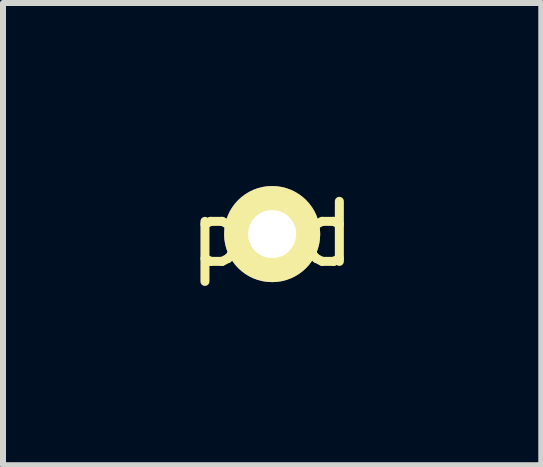
<source format=kicad_pcb>
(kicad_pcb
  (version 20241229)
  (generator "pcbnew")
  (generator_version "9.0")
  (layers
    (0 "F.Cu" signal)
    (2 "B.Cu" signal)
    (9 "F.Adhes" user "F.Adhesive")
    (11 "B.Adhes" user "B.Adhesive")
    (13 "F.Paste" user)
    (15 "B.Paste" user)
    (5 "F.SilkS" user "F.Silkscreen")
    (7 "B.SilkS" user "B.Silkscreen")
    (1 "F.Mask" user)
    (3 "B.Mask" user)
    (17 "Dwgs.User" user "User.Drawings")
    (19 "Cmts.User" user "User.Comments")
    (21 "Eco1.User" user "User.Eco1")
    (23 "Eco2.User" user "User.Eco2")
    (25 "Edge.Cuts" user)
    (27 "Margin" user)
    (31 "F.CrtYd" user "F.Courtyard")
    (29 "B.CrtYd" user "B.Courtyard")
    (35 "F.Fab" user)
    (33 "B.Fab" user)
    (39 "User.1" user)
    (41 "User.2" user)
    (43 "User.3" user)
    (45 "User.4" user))
  (footprint "pad"
    (layer "F.Cu")
    (at 1.482 0.848)
    (property "Reference" "pad" (at 0 0 0) (layer "F.SilkS") (effects (font (size 1 1) (thickness 0.15))))
    (attr through_hole)
    (pad "1" thru_hole circle (at 0 0) (size 1.6 1.6) (drill 0.8) (layers "*.Cu" "*.Mask" "F.SilkS")))
  (gr_rect
    (start -3 -3)
    (end 5.964 4.697)
    (stroke (width 0.1) (type default))
    (fill no)
    (layer "Edge.Cuts")))
</source>
